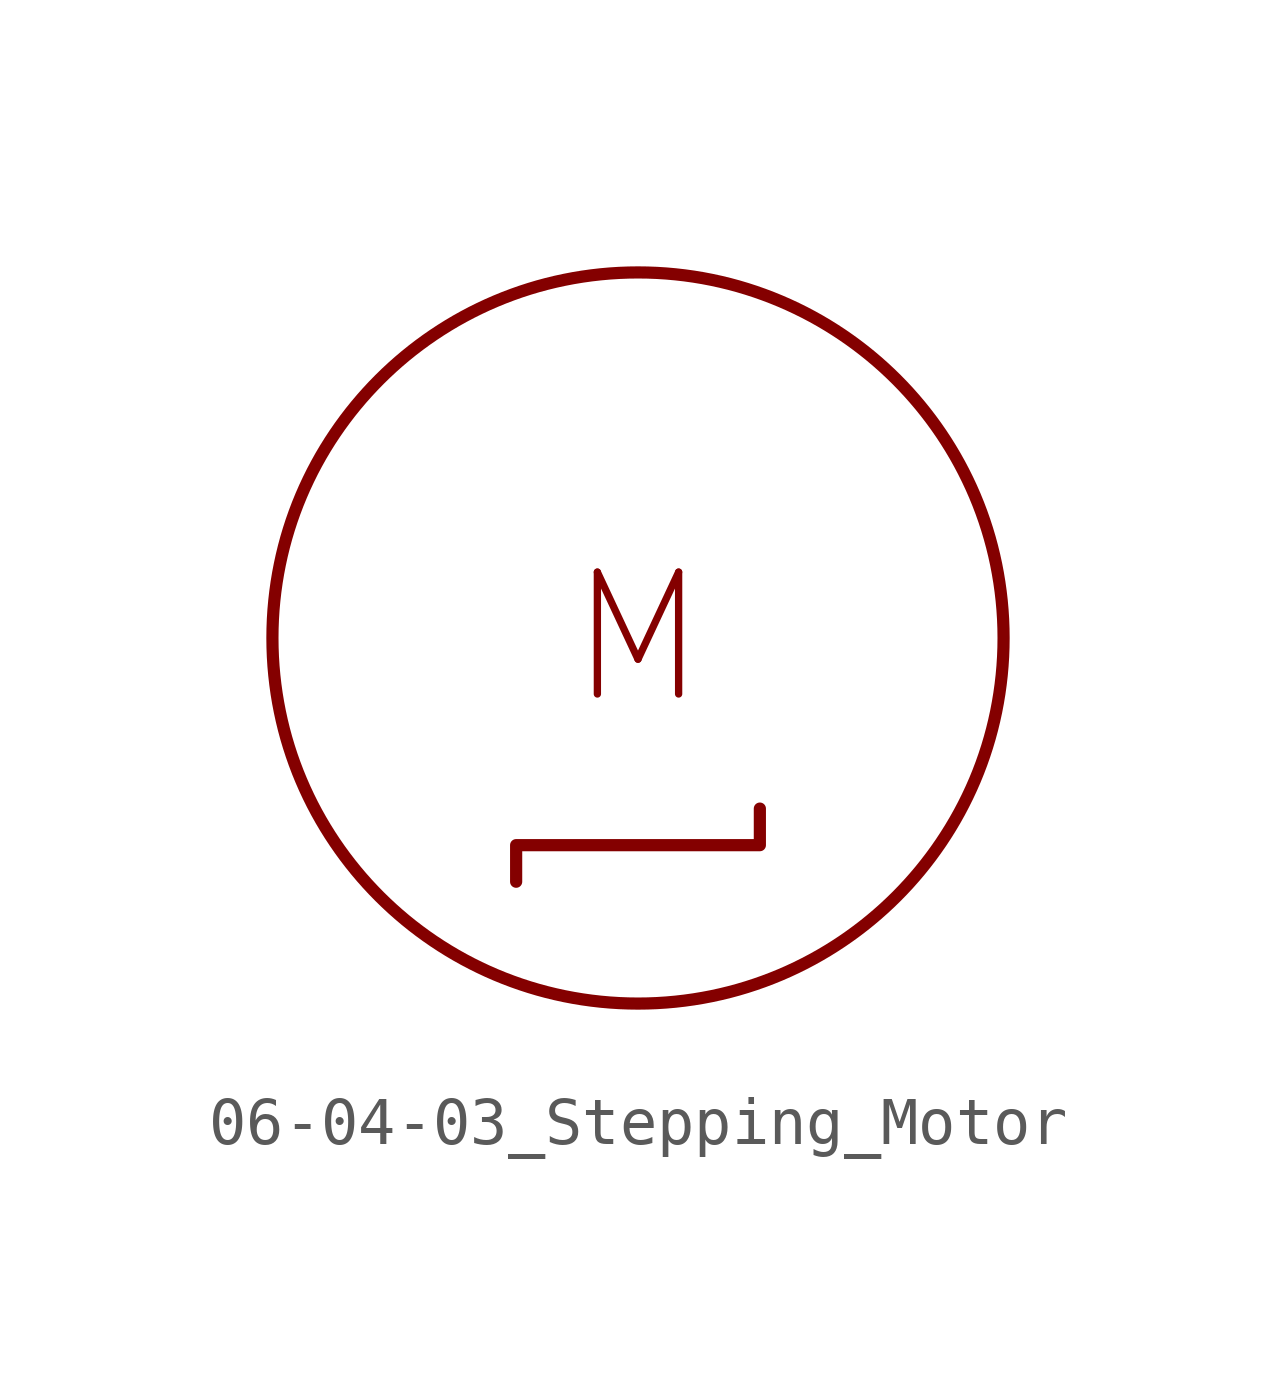
<source format=kicad_sym>
(kicad_symbol_lib
  (version 20201005)
  (generator kicad_symbol_editor)
  (symbol "Symbol_IEC_60617-6:06-04-03_Stepping_Motor"
    (property "Reference" "#SYM"
      (at 0 0 0)
      (effects (font (size 1.27 1.27)) hide))
    (symbol "06-04-03_Stepping_Motor_0_1"
      (circle (center 0 0) (radius 7.62) (stroke (width 0.254)) (fill (type none)))
      (polyline (pts (xy -2.54 -5.08) (xy -2.54 -4.318) (xy 2.54 -4.318) (xy 2.54 -3.556)) (stroke (width 0.254)) (fill (type none))))
    (symbol "06-04-03_Stepping_Motor_1_1"
      (text "M" (at 0 0 0) (effects (font (size 2.54 2.54)))))))
</source>
